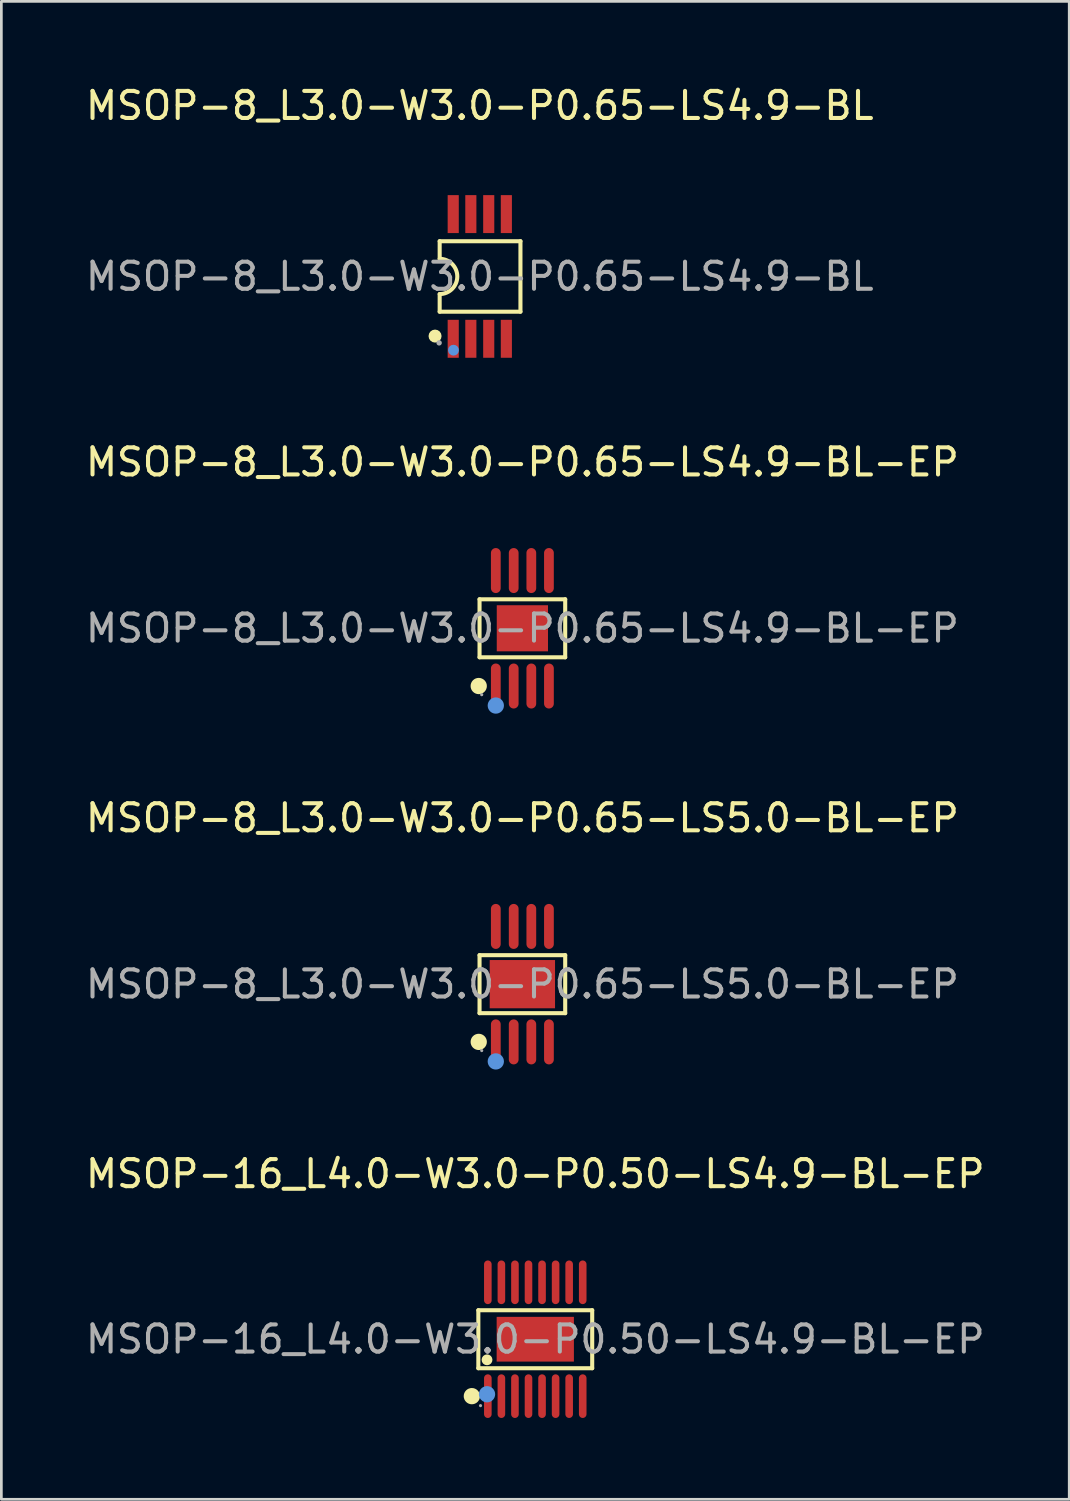
<source format=kicad_pcb>
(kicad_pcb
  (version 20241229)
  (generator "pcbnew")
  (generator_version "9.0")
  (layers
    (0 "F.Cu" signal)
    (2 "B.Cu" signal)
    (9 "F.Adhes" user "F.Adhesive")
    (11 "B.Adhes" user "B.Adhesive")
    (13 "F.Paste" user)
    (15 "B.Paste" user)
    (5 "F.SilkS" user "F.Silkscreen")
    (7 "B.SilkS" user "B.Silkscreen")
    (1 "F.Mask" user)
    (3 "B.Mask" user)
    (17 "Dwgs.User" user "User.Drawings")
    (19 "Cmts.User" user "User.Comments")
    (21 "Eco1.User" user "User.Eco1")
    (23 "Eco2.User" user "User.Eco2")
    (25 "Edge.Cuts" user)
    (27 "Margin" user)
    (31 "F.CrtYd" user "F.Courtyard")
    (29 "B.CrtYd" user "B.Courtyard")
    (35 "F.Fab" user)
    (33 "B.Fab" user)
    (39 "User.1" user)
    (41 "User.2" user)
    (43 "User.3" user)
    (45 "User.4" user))
  (footprint "MSOP-8_L3.0-W3.0-P0.65-LS5.0-BL-EP"
    (layer "F.Cu")
    (at 16.22 33.255)
    (property "Reference" "MSOP-8_L3.0-W3.0-P0.65-LS5.0-BL-EP" (at 0 -6.13 0) (layer "F.SilkS") (effects (font (size 1 1) (thickness 0.15))))
    (attr through_hole)
    (fp_line (start -1.58 -1.07) (end 1.58 -1.07) (stroke (width 0.15) (type solid)) (layer "F.SilkS"))
    (fp_line (start -1.58 1.07) (end -1.58 -1.07) (stroke (width 0.15) (type solid)) (layer "F.SilkS"))
    (fp_line (start 1.58 -1.07) (end 1.58 1.07) (stroke (width 0.15) (type solid)) (layer "F.SilkS"))
    (fp_line (start 1.58 1.07) (end -1.58 1.07) (stroke (width 0.15) (type solid)) (layer "F.SilkS"))
    (fp_circle (center -1.61 2.13) (end -1.46 2.13) (stroke (width 0.3) (type solid)) (fill no) (layer "F.SilkS"))
    (fp_circle (center -0.98 2.85) (end -0.83 2.85) (stroke (width 0.3) (type solid)) (fill no) (layer "Cmts.User"))
    (fp_circle (center -1.5 2.45) (end -1.47 2.45) (stroke (width 0.06) (type solid)) (fill no) (layer "F.Fab"))
    (fp_text user "${REFERENCE}" (at 0 0 0) (layer "F.Fab") (effects (font (size 1 1) (thickness 0.15))))
    (pad "1" smd oval (at -0.98 2.13) (size 0.36 1.66) (layers "F.Cu" "F.Mask" "F.Paste"))
    (pad "2" smd oval (at -0.32 2.13) (size 0.36 1.66) (layers "F.Cu" "F.Mask" "F.Paste"))
    (pad "3" smd oval (at 0.33 2.13) (size 0.36 1.66) (layers "F.Cu" "F.Mask" "F.Paste"))
    (pad "4" smd oval (at 0.98 2.13) (size 0.36 1.66) (layers "F.Cu" "F.Mask" "F.Paste"))
    (pad "5" smd oval (at 0.98 -2.13) (size 0.36 1.66) (layers "F.Cu" "F.Mask" "F.Paste"))
    (pad "6" smd oval (at 0.33 -2.13) (size 0.36 1.66) (layers "F.Cu" "F.Mask" "F.Paste"))
    (pad "7" smd oval (at -0.32 -2.13) (size 0.36 1.66) (layers "F.Cu" "F.Mask" "F.Paste"))
    (pad "8" smd oval (at -0.98 -2.13) (size 0.36 1.66) (layers "F.Cu" "F.Mask" "F.Paste"))
    (pad "9" smd rect (at 0 0) (size 2.41 1.78) (layers "F.Cu" "F.Mask" "F.Paste")))
  (footprint "MSOP-8_L3.0-W3.0-P0.65-LS4.9-BL"
    (layer "F.Cu")
    (at 14.649 7.148)
    (property "Reference" "MSOP-8_L3.0-W3.0-P0.65-LS4.9-BL" (at 0 -6.3 0) (layer "F.SilkS") (effects (font (size 1 1) (thickness 0.15))))
    (attr through_hole)
    (fp_line (start -1.48 -1.3) (end -1.48 -0.65) (stroke (width 0.15) (type solid)) (layer "F.SilkS"))
    (fp_line (start -1.48 0.65) (end -1.48 1.3) (stroke (width 0.15) (type solid)) (layer "F.SilkS"))
    (fp_line (start -1.48 1.3) (end 1.5 1.3) (stroke (width 0.15) (type solid)) (layer "F.SilkS"))
    (fp_line (start 1.5 -1.3) (end -1.48 -1.3) (stroke (width 0.15) (type solid)) (layer "F.SilkS"))
    (fp_line (start 1.5 1.3) (end 1.5 -1.3) (stroke (width 0.15) (type solid)) (layer "F.SilkS"))
    (fp_arc (start -1.48 -0.65) (mid -0.83 0) (end -1.48 0.65) (stroke (width 0.15) (type solid)) (layer "F.SilkS"))
    (fp_circle (center -1.65 2.2) (end -1.53 2.2) (stroke (width 0.24) (type solid)) (fill no) (layer "F.SilkS"))
    (fp_circle (center -0.97 2.72) (end -0.87 2.72) (stroke (width 0.2) (type solid)) (fill no) (layer "Cmts.User"))
    (fp_circle (center -1.5 2.45) (end -1.45 2.45) (stroke (width 0.1) (type solid)) (fill no) (layer "F.Fab"))
    (fp_text user "${REFERENCE}" (at 0 0 0) (layer "F.Fab") (effects (font (size 1 1) (thickness 0.15))))
    (pad "1" smd rect (at -0.98 2.3) (size 0.41 1.4) (layers "F.Cu" "F.Mask" "F.Paste"))
    (pad "2" smd rect (at -0.33 2.3) (size 0.41 1.4) (layers "F.Cu" "F.Mask" "F.Paste"))
    (pad "3" smd rect (at 0.33 2.3) (size 0.41 1.4) (layers "F.Cu" "F.Mask" "F.Paste"))
    (pad "4" smd rect (at 0.98 2.3) (size 0.41 1.4) (layers "F.Cu" "F.Mask" "F.Paste"))
    (pad "5" smd rect (at 0.98 -2.3) (size 0.41 1.4) (layers "F.Cu" "F.Mask" "F.Paste"))
    (pad "6" smd rect (at 0.33 -2.3) (size 0.41 1.4) (layers "F.Cu" "F.Mask" "F.Paste"))
    (pad "7" smd rect (at -0.33 -2.3) (size 0.41 1.4) (layers "F.Cu" "F.Mask" "F.Paste"))
    (pad "8" smd rect (at -0.98 -2.3) (size 0.41 1.4) (layers "F.Cu" "F.Mask" "F.Paste")))
  (footprint "MSOP-8_L3.0-W3.0-P0.65-LS4.9-BL-EP"
    (layer "F.Cu")
    (at 16.22 20.127)
    (property "Reference" "MSOP-8_L3.0-W3.0-P0.65-LS4.9-BL-EP" (at 0 -6.13 0) (layer "F.SilkS") (effects (font (size 1 1) (thickness 0.15))))
    (attr through_hole)
    (fp_line (start -1.58 -1.07) (end 1.58 -1.07) (stroke (width 0.15) (type solid)) (layer "F.SilkS"))
    (fp_line (start -1.58 1.07) (end -1.58 -1.07) (stroke (width 0.15) (type solid)) (layer "F.SilkS"))
    (fp_line (start 1.58 -1.07) (end 1.58 1.07) (stroke (width 0.15) (type solid)) (layer "F.SilkS"))
    (fp_line (start 1.58 1.07) (end -1.58 1.07) (stroke (width 0.15) (type solid)) (layer "F.SilkS"))
    (fp_circle (center -1.61 2.13) (end -1.46 2.13) (stroke (width 0.3) (type solid)) (fill no) (layer "F.SilkS"))
    (fp_circle (center -0.98 2.85) (end -0.83 2.85) (stroke (width 0.3) (type solid)) (fill no) (layer "Cmts.User"))
    (fp_circle (center -1.5 2.45) (end -1.47 2.45) (stroke (width 0.06) (type solid)) (fill no) (layer "F.Fab"))
    (fp_text user "${REFERENCE}" (at 0 0 0) (layer "F.Fab") (effects (font (size 1 1) (thickness 0.15))))
    (pad "1" smd oval (at -0.98 2.13) (size 0.36 1.66) (layers "F.Cu" "F.Mask" "F.Paste"))
    (pad "2" smd oval (at -0.32 2.13) (size 0.36 1.66) (layers "F.Cu" "F.Mask" "F.Paste"))
    (pad "3" smd oval (at 0.33 2.13) (size 0.36 1.66) (layers "F.Cu" "F.Mask" "F.Paste"))
    (pad "4" smd oval (at 0.98 2.13) (size 0.36 1.66) (layers "F.Cu" "F.Mask" "F.Paste"))
    (pad "5" smd oval (at 0.98 -2.13) (size 0.36 1.66) (layers "F.Cu" "F.Mask" "F.Paste"))
    (pad "6" smd oval (at 0.33 -2.13) (size 0.36 1.66) (layers "F.Cu" "F.Mask" "F.Paste"))
    (pad "7" smd oval (at -0.32 -2.13) (size 0.36 1.66) (layers "F.Cu" "F.Mask" "F.Paste"))
    (pad "8" smd oval (at -0.98 -2.13) (size 0.36 1.66) (layers "F.Cu" "F.Mask" "F.Paste"))
    (pad "9" smd rect (at 0 0) (size 1.89 1.7) (layers "F.Cu" "F.Mask" "F.Paste")))
  (footprint "MSOP-16_L4.0-W3.0-P0.50-LS4.9-BL-EP"
    (layer "F.Cu")
    (at 16.696 46.353)
    (property "Reference" "MSOP-16_L4.0-W3.0-P0.50-LS4.9-BL-EP" (at 0 -6.1 0) (layer "F.SilkS") (effects (font (size 1 1) (thickness 0.15))))
    (attr through_hole)
    (fp_line (start -2.1 -1.07) (end 2.1 -1.07) (stroke (width 0.15) (type solid)) (layer "F.SilkS"))
    (fp_line (start -2.1 1.07) (end -2.1 -1.07) (stroke (width 0.15) (type solid)) (layer "F.SilkS"))
    (fp_line (start 2.1 -1.07) (end 2.1 1.07) (stroke (width 0.15) (type solid)) (layer "F.SilkS"))
    (fp_line (start 2.1 1.07) (end -2.1 1.07) (stroke (width 0.15) (type solid)) (layer "F.SilkS"))
    (fp_circle (center -2.34 2.1) (end -2.19 2.1) (stroke (width 0.3) (type solid)) (fill no) (layer "F.SilkS"))
    (fp_circle (center -1.78 0.76) (end -1.68 0.76) (stroke (width 0.2) (type solid)) (fill no) (layer "F.SilkS"))
    (fp_circle (center -1.78 2.03) (end -1.63 2.03) (stroke (width 0.3) (type solid)) (fill no) (layer "Cmts.User"))
    (fp_circle (center -2.02 2.45) (end -1.99 2.45) (stroke (width 0.06) (type solid)) (fill no) (layer "F.Fab"))
    (fp_text user "${REFERENCE}" (at 0 0 0) (layer "F.Fab") (effects (font (size 1 1) (thickness 0.15))))
    (pad "1" smd oval (at -1.75 2.1) (size 0.28 1.61) (layers "F.Cu" "F.Mask" "F.Paste"))
    (pad "2" smd oval (at -1.25 2.1) (size 0.28 1.61) (layers "F.Cu" "F.Mask" "F.Paste"))
    (pad "3" smd oval (at -0.75 2.1) (size 0.28 1.61) (layers "F.Cu" "F.Mask" "F.Paste"))
    (pad "4" smd oval (at -0.25 2.1) (size 0.28 1.61) (layers "F.Cu" "F.Mask" "F.Paste"))
    (pad "5" smd oval (at 0.25 2.1) (size 0.28 1.61) (layers "F.Cu" "F.Mask" "F.Paste"))
    (pad "6" smd oval (at 0.75 2.1) (size 0.28 1.61) (layers "F.Cu" "F.Mask" "F.Paste"))
    (pad "7" smd oval (at 1.25 2.1) (size 0.28 1.61) (layers "F.Cu" "F.Mask" "F.Paste"))
    (pad "8" smd oval (at 1.75 2.1) (size 0.28 1.61) (layers "F.Cu" "F.Mask" "F.Paste"))
    (pad "9" smd oval (at 1.75 -2.1) (size 0.28 1.61) (layers "F.Cu" "F.Mask" "F.Paste"))
    (pad "10" smd oval (at 1.25 -2.1) (size 0.28 1.61) (layers "F.Cu" "F.Mask" "F.Paste"))
    (pad "11" smd oval (at 0.75 -2.1) (size 0.28 1.61) (layers "F.Cu" "F.Mask" "F.Paste"))
    (pad "12" smd oval (at 0.25 -2.1) (size 0.28 1.61) (layers "F.Cu" "F.Mask" "F.Paste"))
    (pad "13" smd oval (at -0.25 -2.1) (size 0.28 1.61) (layers "F.Cu" "F.Mask" "F.Paste"))
    (pad "14" smd oval (at -0.75 -2.1) (size 0.28 1.61) (layers "F.Cu" "F.Mask" "F.Paste"))
    (pad "15" smd oval (at -1.25 -2.1) (size 0.28 1.61) (layers "F.Cu" "F.Mask" "F.Paste"))
    (pad "16" smd oval (at -1.75 -2.1) (size 0.28 1.61) (layers "F.Cu" "F.Mask" "F.Paste"))
    (pad "17" smd rect (at 0 0) (size 2.85 1.65) (layers "F.Cu" "F.Mask" "F.Paste")))
  (gr_rect
    (start -3 -3)
    (end 36.393 52.258)
    (stroke (width 0.1) (type default))
    (fill no)
    (layer "Edge.Cuts")))
</source>
